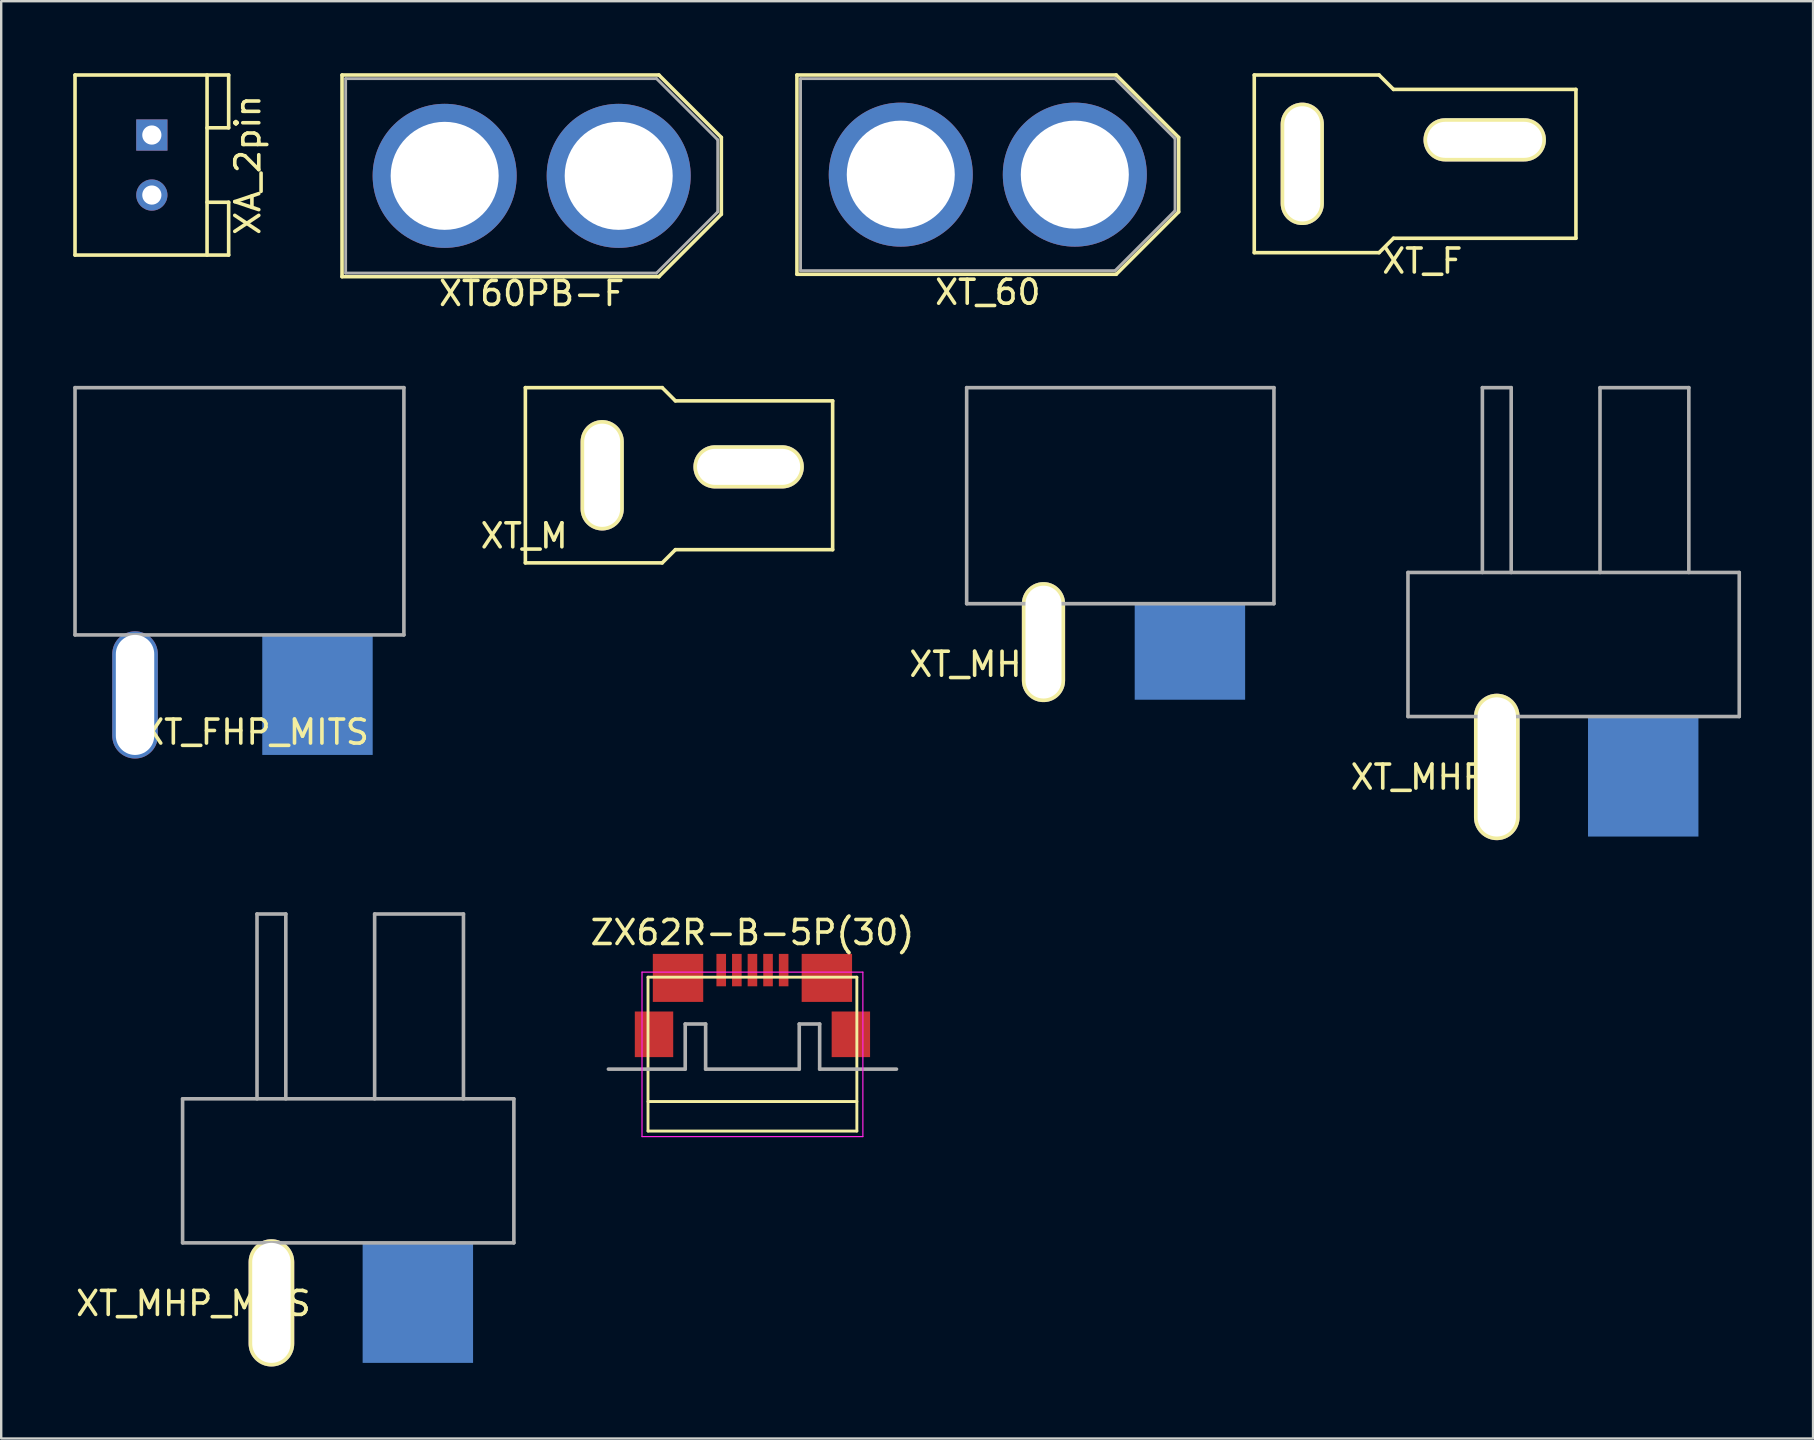
<source format=kicad_pcb>
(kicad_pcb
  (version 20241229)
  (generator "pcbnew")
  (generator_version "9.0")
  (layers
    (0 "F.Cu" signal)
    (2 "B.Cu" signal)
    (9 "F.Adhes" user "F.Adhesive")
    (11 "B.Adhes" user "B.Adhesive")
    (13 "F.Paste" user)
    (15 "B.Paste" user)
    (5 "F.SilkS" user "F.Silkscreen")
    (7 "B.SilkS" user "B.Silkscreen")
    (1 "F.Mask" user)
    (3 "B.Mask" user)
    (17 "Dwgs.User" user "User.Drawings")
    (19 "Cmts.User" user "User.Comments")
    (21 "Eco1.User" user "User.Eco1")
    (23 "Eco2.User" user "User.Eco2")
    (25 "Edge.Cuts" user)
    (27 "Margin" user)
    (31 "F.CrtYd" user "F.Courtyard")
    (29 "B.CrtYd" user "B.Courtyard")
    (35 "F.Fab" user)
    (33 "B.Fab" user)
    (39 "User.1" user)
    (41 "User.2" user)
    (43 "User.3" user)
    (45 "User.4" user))
  (footprint "ZX62R-B-5P(30)"
    (layer "F.Cu")
    (at 28.294 40.036)
    (property "Reference" "ZX62R-B-5P(30)" (at 0 -4.24 0) (layer "F.SilkS") (effects (font (size 1 1) (thickness 0.15))))
    (attr smd)
    (fp_line (start -4.35 -2.38) (end 4.35 -2.38) (stroke (width 0.12) (type solid)) (layer "F.SilkS"))
    (fp_line (start -4.35 4.03) (end -4.35 -2.38) (stroke (width 0.12) (type solid)) (layer "F.SilkS"))
    (fp_line (start -4.35 4.03) (end 4.35 4.03) (stroke (width 0.12) (type solid)) (layer "F.SilkS"))
    (fp_line (start 4.35 -2.38) (end 4.35 4.03) (stroke (width 0.12) (type solid)) (layer "F.SilkS"))
    (fp_line (start 4.35 2.8) (end -4.35 2.8) (stroke (width 0.12) (type solid)) (layer "F.SilkS"))
    (fp_line (start -4.6 -2.59) (end 4.6 -2.59) (stroke (width 0.05) (type solid)) (layer "F.CrtYd"))
    (fp_line (start -4.6 4.26) (end -4.6 -2.59) (stroke (width 0.05) (type solid)) (layer "F.CrtYd"))
    (fp_line (start 4.6 -2.59) (end 4.6 4.26) (stroke (width 0.05) (type solid)) (layer "F.CrtYd"))
    (fp_line (start 4.6 4.26) (end -4.6 4.26) (stroke (width 0.05) (type solid)) (layer "F.CrtYd"))
    (fp_line (start -6 1.45) (end -2.8 1.45) (stroke (width 0.15) (type solid)) (layer "F.Fab"))
    (fp_line (start -2.8 -0.43) (end -1.95 -0.43) (stroke (width 0.15) (type solid)) (layer "F.Fab"))
    (fp_line (start -2.8 1.45) (end -2.8 -0.43) (stroke (width 0.15) (type solid)) (layer "F.Fab"))
    (fp_line (start -1.95 -0.43) (end -1.95 1.45) (stroke (width 0.15) (type solid)) (layer "F.Fab"))
    (fp_line (start -1.95 1.45) (end 1.95 1.45) (stroke (width 0.15) (type solid)) (layer "F.Fab"))
    (fp_line (start 1.95 -0.43) (end 2.8 -0.43) (stroke (width 0.15) (type solid)) (layer "F.Fab"))
    (fp_line (start 1.95 1.45) (end 1.95 -0.43) (stroke (width 0.15) (type solid)) (layer "F.Fab"))
    (fp_line (start 2.8 -0.43) (end 2.8 1.45) (stroke (width 0.15) (type solid)) (layer "F.Fab"))
    (fp_line (start 2.8 1.45) (end 6 1.45) (stroke (width 0.15) (type solid)) (layer "F.Fab"))
    (pad "1" smd rect (at 1.3 -2.675) (size 0.4 1.35) (layers "F.Cu" "F.Mask" "F.Paste"))
    (pad "2" smd rect (at 0.65 -2.675) (size 0.4 1.35) (layers "F.Cu" "F.Mask" "F.Paste"))
    (pad "3" smd rect (at 0 -2.675) (size 0.4 1.35) (layers "F.Cu" "F.Mask" "F.Paste"))
    (pad "4" smd rect (at -0.65 -2.675) (size 0.4 1.35) (layers "F.Cu" "F.Mask" "F.Paste"))
    (pad "5" smd rect (at -1.3 -2.675) (size 0.4 1.35) (layers "F.Cu" "F.Mask" "F.Paste"))
    (pad "6" smd rect (at -4.1 0) (size 1.6 1.9) (layers "F.Cu" "F.Mask" "F.Paste"))
    (pad "6" smd rect (at -3.1 -2.35) (size 2.1 2) (layers "F.Cu" "F.Mask" "F.Paste"))
    (pad "6" smd rect (at 3.1 -2.35) (size 2.1 2) (layers "F.Cu" "F.Mask" "F.Paste"))
    (pad "6" smd rect (at 4.1 0) (size 1.6 1.9) (layers "F.Cu" "F.Mask" "F.Paste")))
  (footprint "XT_M"
    (layer "F.Cu")
    (at 22.035 16.748)
    (property "Reference" "XT_M" (at -3.25 2.525 0) (layer "F.SilkS") (effects (font (size 1 1) (thickness 0.15))))
    (attr through_hole)
    (fp_line (start -3.2 -3.65) (end -3.2 3.65) (stroke (width 0.15) (type solid)) (layer "F.SilkS"))
    (fp_line (start -3.2 3.65) (end 2.5 3.65) (stroke (width 0.15) (type solid)) (layer "F.SilkS"))
    (fp_line (start 2.5 -3.65) (end -3.2 -3.65) (stroke (width 0.15) (type solid)) (layer "F.SilkS"))
    (fp_line (start 2.5 3.65) (end 3.05 3.1) (stroke (width 0.15) (type solid)) (layer "F.SilkS"))
    (fp_line (start 3.05 -3.1) (end 2.5 -3.65) (stroke (width 0.15) (type solid)) (layer "F.SilkS"))
    (fp_line (start 3.05 3.1) (end 9.6 3.1) (stroke (width 0.15) (type solid)) (layer "F.SilkS"))
    (fp_line (start 9.6 -3.1) (end 3.05 -3.1) (stroke (width 0.15) (type solid)) (layer "F.SilkS"))
    (fp_line (start 9.6 3.1) (end 9.6 -3.1) (stroke (width 0.15) (type solid)) (layer "F.SilkS"))
    (pad "1" thru_hole oval (at 0 0) (size 1.8 4.6) (drill oval 1.5 4.3) (layers "*.Cu" "*.Mask" "F.SilkS"))
    (pad "2" thru_hole oval (at 6.1 -0.35) (size 4.6 1.8) (drill oval 4.3 1.5) (layers "*.Cu" "*.Mask" "F.SilkS")))
  (footprint "XA_2pin"
    (layer "F.Cu")
    (at 3.275 3.825)
    (property "Reference" "XA_2pin" (at 4 0 90) (layer "F.SilkS") (effects (font (size 1 1) (thickness 0.15))))
    (attr through_hole)
    (fp_line (start -3.2 -3.75) (end 3.2 -3.75) (stroke (width 0.15) (type solid)) (layer "F.SilkS"))
    (fp_line (start -3.2 3.75) (end -3.2 -3.75) (stroke (width 0.15) (type solid)) (layer "F.SilkS"))
    (fp_line (start 2.3 -3.75) (end 2.3 3.75) (stroke (width 0.15) (type solid)) (layer "F.SilkS"))
    (fp_line (start 2.3 1.55) (end 3.2 1.55) (stroke (width 0.15) (type solid)) (layer "F.SilkS"))
    (fp_line (start 3.2 -3.75) (end 3.2 -1.55) (stroke (width 0.15) (type solid)) (layer "F.SilkS"))
    (fp_line (start 3.2 -1.55) (end 2.3 -1.55) (stroke (width 0.15) (type solid)) (layer "F.SilkS"))
    (fp_line (start 3.2 1.55) (end 3.2 3.75) (stroke (width 0.15) (type solid)) (layer "F.SilkS"))
    (fp_line (start 3.2 3.75) (end -3.2 3.75) (stroke (width 0.15) (type solid)) (layer "F.SilkS"))
    (pad "1" thru_hole rect (at 0 -1.25) (size 1.3 1.3) (drill 0.8) (layers "*.Cu" "*.Mask"))
    (pad "2" thru_hole circle (at 0 1.25) (size 1.3 1.3) (drill 0.8) (layers "*.Cu" "*.Mask")))
  (footprint "XT_MHP_MITS"
    (layer "F.Cu")
    (at 8.256 48.723)
    (property "Reference" "XT_MHP_MITS" (at -3.25 2.525 0) (layer "F.SilkS") (effects (font (size 1 1) (thickness 0.15))))
    (attr through_hole)
    (fp_line (start -3.7 -6) (end -3.7 0) (stroke (width 0.15) (type solid)) (layer "F.Fab"))
    (fp_line (start -3.7 0) (end 10.1 0) (stroke (width 0.15) (type solid)) (layer "F.Fab"))
    (fp_line (start -0.6 -13.7) (end 0.6 -13.7) (stroke (width 0.15) (type solid)) (layer "F.Fab"))
    (fp_line (start -0.6 -6) (end -0.6 -13.7) (stroke (width 0.15) (type solid)) (layer "F.Fab"))
    (fp_line (start 0.6 -13.7) (end 0.6 -6) (stroke (width 0.15) (type solid)) (layer "F.Fab"))
    (fp_line (start 4.3 -13.7) (end 8 -13.7) (stroke (width 0.15) (type solid)) (layer "F.Fab"))
    (fp_line (start 4.3 -6) (end 4.3 -13.7) (stroke (width 0.15) (type solid)) (layer "F.Fab"))
    (fp_line (start 8 -13.7) (end 8 -6) (stroke (width 0.15) (type solid)) (layer "F.Fab"))
    (fp_line (start 10.1 -6) (end -3.7 -6) (stroke (width 0.15) (type solid)) (layer "F.Fab"))
    (fp_line (start 10.1 -6) (end 10.1 0) (stroke (width 0.15) (type solid)) (layer "F.Fab"))
    (pad "1" thru_hole oval (at 0 2.5) (size 1.9 5.3) (drill oval 1.6 5) (layers "*.Cu" "*.Mask" "F.SilkS"))
    (pad "2" smd rect (at 6.1 2.5) (size 4.6 5) (layers "F.Mask" "B.Cu")))
  (footprint "XT_MHP"
    (layer "F.Cu")
    (at 59.301 26.798)
    (property "Reference" "XT_MHP" (at -3.25 2.525 0) (layer "F.SilkS") (effects (font (size 1 1) (thickness 0.15))))
    (attr through_hole)
    (fp_line (start -3.7 -6) (end -3.7 0) (stroke (width 0.15) (type solid)) (layer "F.Fab"))
    (fp_line (start -3.7 0) (end 10.1 0) (stroke (width 0.15) (type solid)) (layer "F.Fab"))
    (fp_line (start -0.6 -13.7) (end 0.6 -13.7) (stroke (width 0.15) (type solid)) (layer "F.Fab"))
    (fp_line (start -0.6 -6) (end -0.6 -13.7) (stroke (width 0.15) (type solid)) (layer "F.Fab"))
    (fp_line (start 0.6 -13.7) (end 0.6 -6) (stroke (width 0.15) (type solid)) (layer "F.Fab"))
    (fp_line (start 4.3 -13.7) (end 8 -13.7) (stroke (width 0.15) (type solid)) (layer "F.Fab"))
    (fp_line (start 4.3 -6) (end 4.3 -13.7) (stroke (width 0.15) (type solid)) (layer "F.Fab"))
    (fp_line (start 8 -13.7) (end 8 -6) (stroke (width 0.15) (type solid)) (layer "F.Fab"))
    (fp_line (start 10.1 -6) (end -3.7 -6) (stroke (width 0.15) (type solid)) (layer "F.Fab"))
    (fp_line (start 10.1 -6) (end 10.1 0) (stroke (width 0.15) (type solid)) (layer "F.Fab"))
    (pad "1" thru_hole oval (at 0 2.1) (size 1.9 6.1) (drill oval 1.6 5.8) (layers "*.Cu" "*.Mask" "F.SilkS"))
    (pad "2" smd rect (at 6.1 2.5) (size 4.6 5) (layers "F.Mask" "B.Cu")))
  (footprint "XT_MH"
    (layer "F.Cu")
    (at 40.418 22.098)
    (property "Reference" "XT_MH" (at -3.25 2.525 0) (layer "F.SilkS") (effects (font (size 1 1) (thickness 0.15))))
    (attr through_hole)
    (fp_line (start -3.2 -9) (end -3.2 0) (stroke (width 0.15) (type solid)) (layer "F.Fab"))
    (fp_line (start -3.2 0) (end 9.6 0) (stroke (width 0.15) (type solid)) (layer "F.Fab"))
    (fp_line (start 9.6 -9) (end -3.2 -9) (stroke (width 0.15) (type solid)) (layer "F.Fab"))
    (fp_line (start 9.6 -9) (end 9.6 0) (stroke (width 0.15) (type solid)) (layer "F.Fab"))
    (pad "1" thru_hole oval (at 0 1.6) (size 1.8 5) (drill oval 1.5 4.7) (layers "*.Cu" "*.Mask" "F.SilkS"))
    (pad "2" smd rect (at 6.1 2) (size 4.6 4) (layers "F.Mask" "B.Cu")))
  (footprint "XT_F"
    (layer "F.Cu")
    (at 51.198 3.775)
    (property "Reference" "XT_F" (at 5 4.05 180) (layer "F.SilkS") (effects (font (size 1 1) (thickness 0.15))))
    (attr through_hole)
    (fp_line (start -2 -3.7) (end 3.2 -3.7) (stroke (width 0.15) (type solid)) (layer "F.SilkS"))
    (fp_line (start -2 3.7) (end -2 -3.7) (stroke (width 0.15) (type solid)) (layer "F.SilkS"))
    (fp_line (start 3.2 -3.7) (end 3.8 -3.1) (stroke (width 0.15) (type solid)) (layer "F.SilkS"))
    (fp_line (start 3.2 3.7) (end -2 3.7) (stroke (width 0.15) (type solid)) (layer "F.SilkS"))
    (fp_line (start 3.8 -3.1) (end 11.4 -3.1) (stroke (width 0.15) (type solid)) (layer "F.SilkS"))
    (fp_line (start 3.8 3.1) (end 3.2 3.7) (stroke (width 0.15) (type solid)) (layer "F.SilkS"))
    (fp_line (start 11.4 -3.1) (end 11.4 3.1) (stroke (width 0.15) (type solid)) (layer "F.SilkS"))
    (fp_line (start 11.4 3.1) (end 3.8 3.1) (stroke (width 0.15) (type solid)) (layer "F.SilkS"))
    (pad "1" thru_hole oval (at 0 0) (size 1.8 5.1) (drill oval 1.5 4.8) (layers "*.Cu" "*.Mask" "F.SilkS"))
    (pad "2" thru_hole oval (at 7.6 -1) (size 5.1 1.8) (drill oval 4.8 1.5) (layers "*.Cu" "*.Mask" "F.SilkS")))
  (footprint "XT_60"
    (layer "F.Cu")
    (at 38.098 4.225)
    (property "Reference" "XT_60" (at 0 4.9 0) (layer "F.SilkS") (effects (font (size 1 1) (thickness 0.15))))
    (attr through_hole)
    (fp_line (start -7.95 -4.15) (end -7.95 4.15) (stroke (width 0.15) (type solid)) (layer "F.SilkS"))
    (fp_line (start -7.95 -4.15) (end 5.35 -4.15) (stroke (width 0.15) (type solid)) (layer "F.SilkS"))
    (fp_line (start -7.95 4.15) (end 5.35 4.15) (stroke (width 0.15) (type solid)) (layer "F.SilkS"))
    (fp_line (start 5.35 -4.15) (end 7.95 -1.55) (stroke (width 0.15) (type solid)) (layer "F.SilkS"))
    (fp_line (start 5.35 4.15) (end 7.95 1.55) (stroke (width 0.15) (type solid)) (layer "F.SilkS"))
    (fp_line (start 7.95 -1.55) (end 7.95 1.55) (stroke (width 0.15) (type solid)) (layer "F.SilkS"))
    (fp_line (start -7.8 -4) (end -7.8 4) (stroke (width 0.12) (type solid)) (layer "F.Fab"))
    (fp_line (start -7.8 -4) (end 5.3 -4) (stroke (width 0.12) (type solid)) (layer "F.Fab"))
    (fp_line (start -7.8 4) (end 5.3 4) (stroke (width 0.12) (type solid)) (layer "F.Fab"))
    (fp_line (start 5.3 -4) (end 7.8 -1.5) (stroke (width 0.12) (type solid)) (layer "F.Fab"))
    (fp_line (start 5.3 4) (end 7.8 1.5) (stroke (width 0.12) (type solid)) (layer "F.Fab"))
    (fp_line (start 7.8 1.5) (end 7.8 -1.5) (stroke (width 0.12) (type solid)) (layer "F.Fab"))
    (pad "1" thru_hole circle (at -3.625 0) (size 6 6) (drill 4.5) (layers "*.Cu" "*.Mask"))
    (pad "2" thru_hole circle (at 3.625 0) (size 6 6) (drill 4.5) (layers "*.Cu" "*.Mask")))
  (footprint "XT_FHP_MITS"
    (layer "F.Cu")
    (at 2.575 23.398)
    (property "Reference" "XT_FHP_MITS" (at 5 4.05 180) (layer "F.SilkS") (effects (font (size 1 1) (thickness 0.15))))
    (attr through_hole)
    (fp_line (start -2.5 -10.3) (end -2.5 0) (stroke (width 0.15) (type solid)) (layer "F.Fab"))
    (fp_line (start -2.5 -10.3) (end 11.2 -10.3) (stroke (width 0.15) (type solid)) (layer "F.Fab"))
    (fp_line (start -2.5 0) (end 11.2 0) (stroke (width 0.15) (type solid)) (layer "F.Fab"))
    (fp_line (start 11.2 -10.3) (end 11.2 0) (stroke (width 0.15) (type solid)) (layer "F.Fab"))
    (pad "1" thru_hole oval (at 0 2.5) (size 1.9 5.3) (drill oval 1.6 5) (layers "*.Cu" "*.Mask"))
    (pad "2" smd rect (at 7.6 2.5) (size 4.6 5) (layers "B.Cu" "B.Mask")))
  (footprint "XT60PB-F"
    (layer "F.Cu")
    (at 19.098 4.275)
    (property "Reference" "XT60PB-F" (at 0 4.9 0) (layer "F.SilkS") (effects (font (size 1 1) (thickness 0.15))))
    (attr through_hole)
    (fp_line (start -7.9 -4.2) (end -7.9 4.2) (stroke (width 0.15) (type solid)) (layer "F.SilkS"))
    (fp_line (start -7.9 -4.2) (end 5.3 -4.2) (stroke (width 0.15) (type solid)) (layer "F.SilkS"))
    (fp_line (start -7.9 4.2) (end 5.3 4.2) (stroke (width 0.15) (type solid)) (layer "F.SilkS"))
    (fp_line (start 5.3 -4.2) (end 7.9 -1.6) (stroke (width 0.15) (type solid)) (layer "F.SilkS"))
    (fp_line (start 5.3 4.2) (end 7.9 1.6) (stroke (width 0.15) (type solid)) (layer "F.SilkS"))
    (fp_line (start 7.9 -1.6) (end 7.9 1.6) (stroke (width 0.15) (type solid)) (layer "F.SilkS"))
    (fp_line (start -7.75 -4.05) (end -7.75 4.05) (stroke (width 0.12) (type solid)) (layer "F.Fab"))
    (fp_line (start -7.75 -4.05) (end 5.2 -4.05) (stroke (width 0.12) (type solid)) (layer "F.Fab"))
    (fp_line (start -7.75 4.05) (end 5.2 4.05) (stroke (width 0.12) (type solid)) (layer "F.Fab"))
    (fp_line (start 5.2 -4.05) (end 7.75 -1.5) (stroke (width 0.12) (type solid)) (layer "F.Fab"))
    (fp_line (start 5.2 4.05) (end 7.75 1.5) (stroke (width 0.12) (type solid)) (layer "F.Fab"))
    (fp_line (start 7.75 1.5) (end 7.75 -1.5) (stroke (width 0.12) (type solid)) (layer "F.Fab"))
    (pad "1" thru_hole circle (at -3.625 0) (size 6 6) (drill 4.5) (layers "*.Cu" "*.Mask"))
    (pad "2" thru_hole circle (at 3.625 0) (size 6 6) (drill 4.5) (layers "*.Cu" "*.Mask")))
  (gr_rect
    (start -3 -3)
    (end 72.476 56.873)
    (stroke (width 0.1) (type default))
    (fill no)
    (layer "Edge.Cuts")))
</source>
